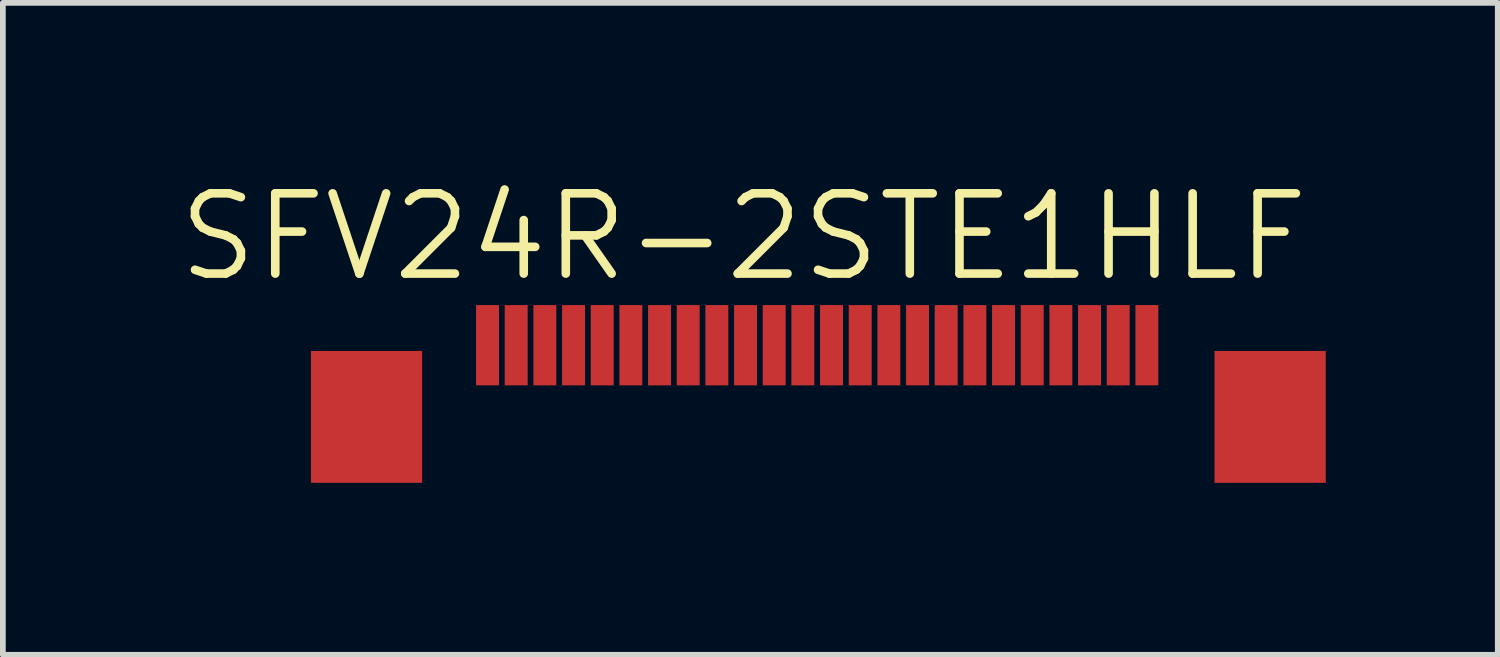
<source format=kicad_pcb>
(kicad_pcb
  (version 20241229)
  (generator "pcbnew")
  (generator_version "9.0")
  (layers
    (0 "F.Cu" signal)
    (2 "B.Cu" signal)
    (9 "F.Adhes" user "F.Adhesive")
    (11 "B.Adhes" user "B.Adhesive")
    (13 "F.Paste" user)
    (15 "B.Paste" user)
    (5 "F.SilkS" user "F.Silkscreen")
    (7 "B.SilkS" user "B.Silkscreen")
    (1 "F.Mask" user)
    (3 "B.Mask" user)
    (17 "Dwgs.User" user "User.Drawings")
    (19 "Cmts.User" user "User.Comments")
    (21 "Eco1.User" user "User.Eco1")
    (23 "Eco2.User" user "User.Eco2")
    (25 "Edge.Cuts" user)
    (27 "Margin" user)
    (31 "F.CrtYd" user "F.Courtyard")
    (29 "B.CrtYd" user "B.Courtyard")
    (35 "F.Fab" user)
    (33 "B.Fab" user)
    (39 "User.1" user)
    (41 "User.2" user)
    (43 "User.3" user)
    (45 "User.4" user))
  (footprint "SFV24R-2STE1HLF"
    (layer "F.Cu")
    (at 5.473 2.971)
    (property "Reference" "SFV24R-2STE1HLF" (at 4.445 -1.889 0) (layer "F.SilkS") (effects (font (size 1.4 1.4) (thickness 0.15))))
    (attr through_hole)
    (pad "1" smd rect (at 11.48 0 180) (size 0.4 1.4) (layers "F.Cu" "F.Mask" "F.Paste"))
    (pad "2" smd rect (at 10.98 0 180) (size 0.4 1.4) (layers "F.Cu" "F.Mask" "F.Paste"))
    (pad "3" smd rect (at 10.48 0 180) (size 0.4 1.4) (layers "F.Cu" "F.Mask" "F.Paste"))
    (pad "4" smd rect (at 9.98 0 180) (size 0.4 1.4) (layers "F.Cu" "F.Mask" "F.Paste"))
    (pad "5" smd rect (at 9.48 0 180) (size 0.4 1.4) (layers "F.Cu" "F.Mask" "F.Paste"))
    (pad "6" smd rect (at 8.98 0 180) (size 0.4 1.4) (layers "F.Cu" "F.Mask" "F.Paste"))
    (pad "7" smd rect (at 8.48 0 180) (size 0.4 1.4) (layers "F.Cu" "F.Mask" "F.Paste"))
    (pad "8" smd rect (at 7.98 0 180) (size 0.4 1.4) (layers "F.Cu" "F.Mask" "F.Paste"))
    (pad "9" smd rect (at 7.48 0 180) (size 0.4 1.4) (layers "F.Cu" "F.Mask" "F.Paste"))
    (pad "10" smd rect (at 6.98 0 180) (size 0.4 1.4) (layers "F.Cu" "F.Mask" "F.Paste"))
    (pad "11" smd rect (at 6.48 0 180) (size 0.4 1.4) (layers "F.Cu" "F.Mask" "F.Paste"))
    (pad "12" smd rect (at 5.98 0 180) (size 0.4 1.4) (layers "F.Cu" "F.Mask" "F.Paste"))
    (pad "13" smd rect (at 5.48 0 180) (size 0.4 1.4) (layers "F.Cu" "F.Mask" "F.Paste"))
    (pad "14" smd rect (at 4.98 0 180) (size 0.4 1.4) (layers "F.Cu" "F.Mask" "F.Paste"))
    (pad "15" smd rect (at 4.48 0 180) (size 0.4 1.4) (layers "F.Cu" "F.Mask" "F.Paste"))
    (pad "16" smd rect (at 3.98 0 180) (size 0.4 1.4) (layers "F.Cu" "F.Mask" "F.Paste"))
    (pad "17" smd rect (at 3.48 0 180) (size 0.4 1.4) (layers "F.Cu" "F.Mask" "F.Paste"))
    (pad "18" smd rect (at 2.98 0 180) (size 0.4 1.4) (layers "F.Cu" "F.Mask" "F.Paste"))
    (pad "19" smd rect (at 2.48 0 180) (size 0.4 1.4) (layers "F.Cu" "F.Mask" "F.Paste"))
    (pad "20" smd rect (at 1.98 0 180) (size 0.4 1.4) (layers "F.Cu" "F.Mask" "F.Paste"))
    (pad "21" smd rect (at 1.48 0 180) (size 0.4 1.4) (layers "F.Cu" "F.Mask" "F.Paste"))
    (pad "22" smd rect (at 0.98 0 180) (size 0.4 1.4) (layers "F.Cu" "F.Mask" "F.Paste"))
    (pad "23" smd rect (at 0.48 0 180) (size 0.4 1.4) (layers "F.Cu" "F.Mask" "F.Paste"))
    (pad "24" smd rect (at -0.02 0 180) (size 0.4 1.4) (layers "F.Cu" "F.Mask" "F.Paste"))
    (pad "P$1" smd rect (at -2.13 1.25) (size 1.94 2.3) (layers "F.Cu" "F.Mask" "F.Paste"))
    (pad "P$2" smd rect (at 13.63 1.25) (size 1.94 2.3) (layers "F.Cu" "F.Mask" "F.Paste")))
  (gr_rect
    (start -3 -3)
    (end 23.073 8.371)
    (stroke (width 0.1) (type default))
    (fill no)
    (layer "Edge.Cuts")))
</source>
